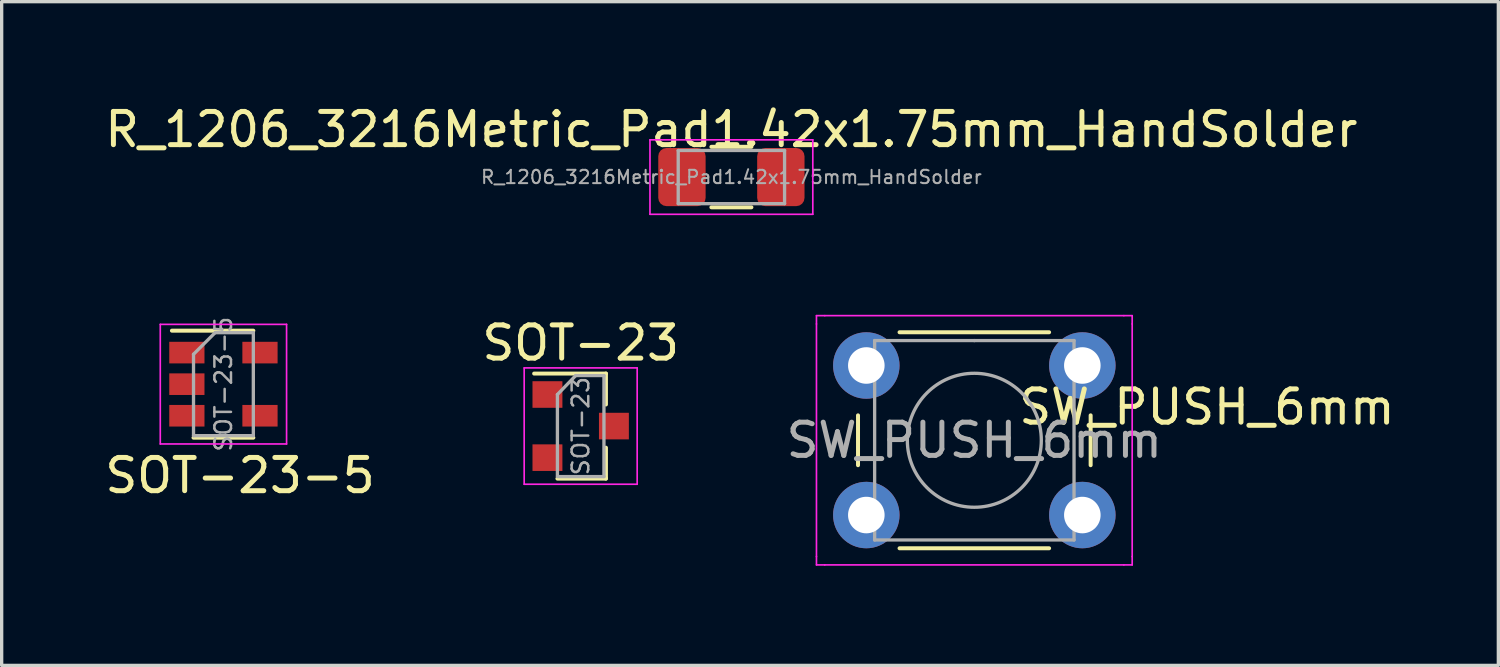
<source format=kicad_pcb>
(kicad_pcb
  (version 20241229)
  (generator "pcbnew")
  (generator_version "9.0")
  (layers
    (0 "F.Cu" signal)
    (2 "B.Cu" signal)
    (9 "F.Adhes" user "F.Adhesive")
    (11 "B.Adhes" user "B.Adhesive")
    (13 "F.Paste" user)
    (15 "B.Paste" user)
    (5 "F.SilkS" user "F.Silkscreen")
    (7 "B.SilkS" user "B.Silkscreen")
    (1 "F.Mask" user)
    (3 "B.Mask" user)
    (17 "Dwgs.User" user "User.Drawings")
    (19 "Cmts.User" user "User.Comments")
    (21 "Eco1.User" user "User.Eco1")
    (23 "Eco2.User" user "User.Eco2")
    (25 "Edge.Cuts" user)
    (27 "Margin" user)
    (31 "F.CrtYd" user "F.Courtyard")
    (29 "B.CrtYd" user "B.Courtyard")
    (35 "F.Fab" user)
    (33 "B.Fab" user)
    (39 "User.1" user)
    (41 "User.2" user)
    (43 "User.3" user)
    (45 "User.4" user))
  (footprint "R_1206_3216Metric_Pad1.42x1.75mm_HandSolder"
    (layer "F.Cu")
    (at 18.958 2.278)
    (property "Reference" "R_1206_3216Metric_Pad1.42x1.75mm_HandSolder" (at 0 -1.43 0) (layer "F.SilkS") (effects (font (size 1 1) (thickness 0.15))))
    (attr smd)
    (fp_line (start -0.602 -0.91) (end 0.602 -0.91) (stroke (width 0.12) (type solid)) (layer "F.SilkS"))
    (fp_line (start -0.602 0.91) (end 0.602 0.91) (stroke (width 0.12) (type solid)) (layer "F.SilkS"))
    (fp_line (start -2.45 -1.12) (end 2.45 -1.12) (stroke (width 0.05) (type solid)) (layer "F.CrtYd"))
    (fp_line (start -2.45 1.12) (end -2.45 -1.12) (stroke (width 0.05) (type solid)) (layer "F.CrtYd"))
    (fp_line (start 2.45 -1.12) (end 2.45 1.12) (stroke (width 0.05) (type solid)) (layer "F.CrtYd"))
    (fp_line (start 2.45 1.12) (end -2.45 1.12) (stroke (width 0.05) (type solid)) (layer "F.CrtYd"))
    (fp_line (start -1.6 -0.8) (end 1.6 -0.8) (stroke (width 0.1) (type solid)) (layer "F.Fab"))
    (fp_line (start -1.6 0.8) (end -1.6 -0.8) (stroke (width 0.1) (type solid)) (layer "F.Fab"))
    (fp_line (start 1.6 -0.8) (end 1.6 0.8) (stroke (width 0.1) (type solid)) (layer "F.Fab"))
    (fp_line (start 1.6 0.8) (end -1.6 0.8) (stroke (width 0.1) (type solid)) (layer "F.Fab"))
    (fp_text user "${REFERENCE}" (at 0 0 0) (layer "F.Fab") (effects (font (size 0.4 0.4) (thickness 0.06))))
    (pad "1" smd roundrect (at -1.488 0) (size 1.425 1.75) (layers "F.Cu" "F.Mask" "F.Paste") (roundrect_rratio 0.175))
    (pad "2" smd roundrect (at 1.488 0) (size 1.425 1.75) (layers "F.Cu" "F.Mask" "F.Paste") (roundrect_rratio 0.175)))
  (footprint "SOT-23"
    (layer "F.Cu")
    (at 14.423 9.771)
    (property "Reference" "SOT-23" (at 0 -2.5 0) (layer "F.SilkS") (effects (font (size 1 1) (thickness 0.15))))
    (attr smd)
    (fp_line (start 0.76 -1.58) (end -1.4 -1.58) (stroke (width 0.12) (type solid)) (layer "F.SilkS"))
    (fp_line (start 0.76 -1.58) (end 0.76 -0.65) (stroke (width 0.12) (type solid)) (layer "F.SilkS"))
    (fp_line (start 0.76 1.58) (end -0.7 1.58) (stroke (width 0.12) (type solid)) (layer "F.SilkS"))
    (fp_line (start 0.76 1.58) (end 0.76 0.65) (stroke (width 0.12) (type solid)) (layer "F.SilkS"))
    (fp_line (start -1.7 -1.75) (end 1.7 -1.75) (stroke (width 0.05) (type solid)) (layer "F.CrtYd"))
    (fp_line (start -1.7 1.75) (end -1.7 -1.75) (stroke (width 0.05) (type solid)) (layer "F.CrtYd"))
    (fp_line (start 1.7 -1.75) (end 1.7 1.75) (stroke (width 0.05) (type solid)) (layer "F.CrtYd"))
    (fp_line (start 1.7 1.75) (end -1.7 1.75) (stroke (width 0.05) (type solid)) (layer "F.CrtYd"))
    (fp_line (start -0.7 -0.95) (end -0.7 1.5) (stroke (width 0.1) (type solid)) (layer "F.Fab"))
    (fp_line (start -0.7 -0.95) (end -0.15 -1.52) (stroke (width 0.1) (type solid)) (layer "F.Fab"))
    (fp_line (start -0.7 1.52) (end 0.7 1.52) (stroke (width 0.1) (type solid)) (layer "F.Fab"))
    (fp_line (start -0.15 -1.52) (end 0.7 -1.52) (stroke (width 0.1) (type solid)) (layer "F.Fab"))
    (fp_line (start 0.7 -1.52) (end 0.7 1.52) (stroke (width 0.1) (type solid)) (layer "F.Fab"))
    (fp_text user "${REFERENCE}" (at 0 0 90) (layer "F.Fab") (effects (font (size 0.5 0.5) (thickness 0.075))))
    (pad "1" smd rect (at -1 -0.95) (size 0.9 0.8) (layers "F.Cu" "F.Mask" "F.Paste"))
    (pad "2" smd rect (at -1 0.95) (size 0.9 0.8) (layers "F.Cu" "F.Mask" "F.Paste"))
    (pad "3" smd rect (at 1 0) (size 0.9 0.8) (layers "F.Cu" "F.Mask" "F.Paste")))
  (footprint "SOT-23-5"
    (layer "F.Cu")
    (at 3.673 8.51)
    (property "Reference" "SOT-23-5" (at 0.5 2.75 0) (layer "F.SilkS") (effects (font (size 1 1) (thickness 0.15))))
    (attr smd)
    (fp_line (start -0.9 1.61) (end 0.9 1.61) (stroke (width 0.12) (type solid)) (layer "F.SilkS"))
    (fp_line (start 0.9 -1.61) (end -1.55 -1.61) (stroke (width 0.12) (type solid)) (layer "F.SilkS"))
    (fp_line (start -1.9 -1.8) (end 1.9 -1.8) (stroke (width 0.05) (type solid)) (layer "F.CrtYd"))
    (fp_line (start -1.9 1.8) (end -1.9 -1.8) (stroke (width 0.05) (type solid)) (layer "F.CrtYd"))
    (fp_line (start 1.9 -1.8) (end 1.9 1.8) (stroke (width 0.05) (type solid)) (layer "F.CrtYd"))
    (fp_line (start 1.9 1.8) (end -1.9 1.8) (stroke (width 0.05) (type solid)) (layer "F.CrtYd"))
    (fp_line (start -0.9 -0.9) (end -0.9 1.55) (stroke (width 0.1) (type solid)) (layer "F.Fab"))
    (fp_line (start -0.9 -0.9) (end -0.25 -1.55) (stroke (width 0.1) (type solid)) (layer "F.Fab"))
    (fp_line (start 0.9 -1.55) (end -0.25 -1.55) (stroke (width 0.1) (type solid)) (layer "F.Fab"))
    (fp_line (start 0.9 -1.55) (end 0.9 1.55) (stroke (width 0.1) (type solid)) (layer "F.Fab"))
    (fp_line (start 0.9 1.55) (end -0.9 1.55) (stroke (width 0.1) (type solid)) (layer "F.Fab"))
    (fp_text user "${REFERENCE}" (at 0 0 90) (layer "F.Fab") (effects (font (size 0.5 0.5) (thickness 0.075))))
    (pad "1" smd rect (at -1.1 -0.95) (size 1.06 0.65) (layers "F.Cu" "F.Mask" "F.Paste"))
    (pad "2" smd rect (at -1.1 0) (size 1.06 0.65) (layers "F.Cu" "F.Mask" "F.Paste"))
    (pad "3" smd rect (at -1.1 0.95) (size 1.06 0.65) (layers "F.Cu" "F.Mask" "F.Paste"))
    (pad "4" smd rect (at 1.1 0.95) (size 1.06 0.65) (layers "F.Cu" "F.Mask" "F.Paste"))
    (pad "5" smd rect (at 1.1 -0.95) (size 1.06 0.65) (layers "F.Cu" "F.Mask" "F.Paste")))
  (footprint "SW_PUSH_6mm"
    (layer "F.Cu")
    (at 23.018 7.948)
    (property "Reference" "SW_PUSH_6mm" (at 10.25 1.25 0) (layer "F.SilkS") (effects (font (size 1 1) (thickness 0.15))))
    (attr through_hole)
    (fp_line (start -0.25 1.5) (end -0.25 3) (stroke (width 0.12) (type solid)) (layer "F.SilkS"))
    (fp_line (start 1 5.5) (end 5.5 5.5) (stroke (width 0.12) (type solid)) (layer "F.SilkS"))
    (fp_line (start 5.5 -1) (end 1 -1) (stroke (width 0.12) (type solid)) (layer "F.SilkS"))
    (fp_line (start 6.75 3) (end 6.75 1.5) (stroke (width 0.12) (type solid)) (layer "F.SilkS"))
    (fp_line (start -1.5 -1.5) (end -1.25 -1.5) (stroke (width 0.05) (type solid)) (layer "F.CrtYd"))
    (fp_line (start -1.5 -1.25) (end -1.5 -1.5) (stroke (width 0.05) (type solid)) (layer "F.CrtYd"))
    (fp_line (start -1.5 5.75) (end -1.5 -1.25) (stroke (width 0.05) (type solid)) (layer "F.CrtYd"))
    (fp_line (start -1.5 5.75) (end -1.5 6) (stroke (width 0.05) (type solid)) (layer "F.CrtYd"))
    (fp_line (start -1.5 6) (end -1.25 6) (stroke (width 0.05) (type solid)) (layer "F.CrtYd"))
    (fp_line (start -1.25 -1.5) (end 7.75 -1.5) (stroke (width 0.05) (type solid)) (layer "F.CrtYd"))
    (fp_line (start 7.75 -1.5) (end 8 -1.5) (stroke (width 0.05) (type solid)) (layer "F.CrtYd"))
    (fp_line (start 7.75 6) (end -1.25 6) (stroke (width 0.05) (type solid)) (layer "F.CrtYd"))
    (fp_line (start 7.75 6) (end 8 6) (stroke (width 0.05) (type solid)) (layer "F.CrtYd"))
    (fp_line (start 8 -1.5) (end 8 -1.25) (stroke (width 0.05) (type solid)) (layer "F.CrtYd"))
    (fp_line (start 8 -1.25) (end 8 5.75) (stroke (width 0.05) (type solid)) (layer "F.CrtYd"))
    (fp_line (start 8 6) (end 8 5.75) (stroke (width 0.05) (type solid)) (layer "F.CrtYd"))
    (fp_line (start 0.25 -0.75) (end 3.25 -0.75) (stroke (width 0.1) (type solid)) (layer "F.Fab"))
    (fp_line (start 0.25 5.25) (end 0.25 -0.75) (stroke (width 0.1) (type solid)) (layer "F.Fab"))
    (fp_line (start 3.25 -0.75) (end 6.25 -0.75) (stroke (width 0.1) (type solid)) (layer "F.Fab"))
    (fp_line (start 6.25 -0.75) (end 6.25 5.25) (stroke (width 0.1) (type solid)) (layer "F.Fab"))
    (fp_line (start 6.25 5.25) (end 0.25 5.25) (stroke (width 0.1) (type solid)) (layer "F.Fab"))
    (fp_circle (center 3.25 2.25) (end 1.25 2.5) (stroke (width 0.1) (type solid)) (fill no) (layer "F.Fab"))
    (fp_text user "${REFERENCE}" (at 3.25 2.25 0) (layer "F.Fab") (effects (font (size 1 1) (thickness 0.15))))
    (pad "1" thru_hole circle (at 0 0 90) (size 2 2) (drill 1.1) (layers "*.Cu" "*.Mask"))
    (pad "1" thru_hole circle (at 6.5 0 90) (size 2 2) (drill 1.1) (layers "*.Cu" "*.Mask"))
    (pad "2" thru_hole circle (at 0 4.5 90) (size 2 2) (drill 1.1) (layers "*.Cu" "*.Mask"))
    (pad "2" thru_hole circle (at 6.5 4.5 90) (size 2 2) (drill 1.1) (layers "*.Cu" "*.Mask")))
  (gr_rect
    (start -3 -3)
    (end 42.036 16.973)
    (stroke (width 0.1) (type default))
    (fill no)
    (layer "Edge.Cuts")))
</source>
